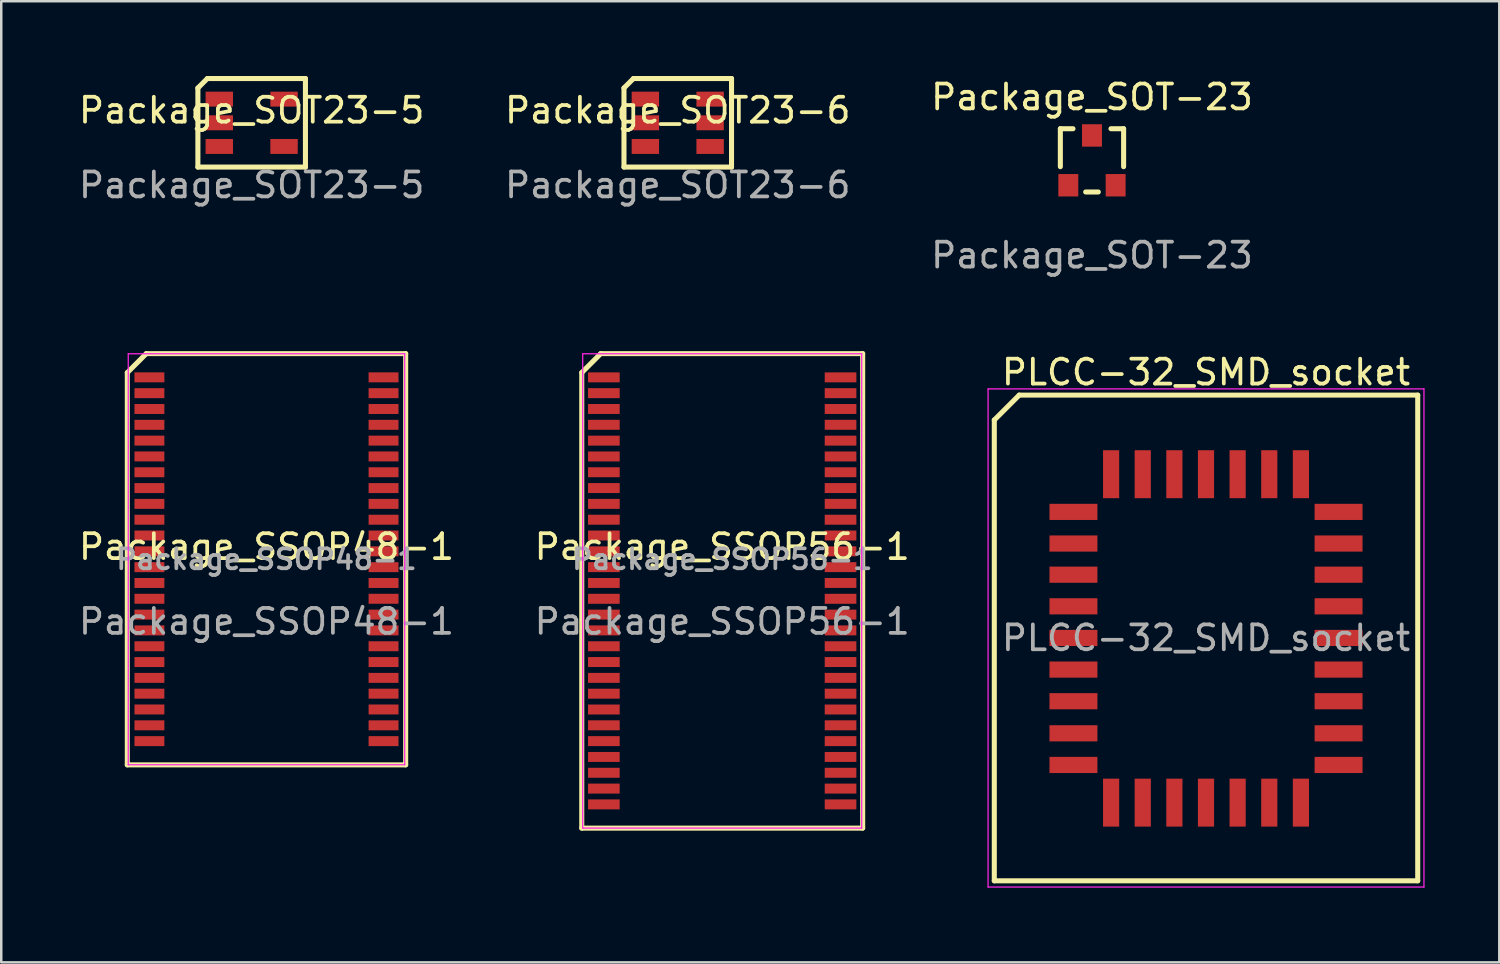
<source format=kicad_pcb>
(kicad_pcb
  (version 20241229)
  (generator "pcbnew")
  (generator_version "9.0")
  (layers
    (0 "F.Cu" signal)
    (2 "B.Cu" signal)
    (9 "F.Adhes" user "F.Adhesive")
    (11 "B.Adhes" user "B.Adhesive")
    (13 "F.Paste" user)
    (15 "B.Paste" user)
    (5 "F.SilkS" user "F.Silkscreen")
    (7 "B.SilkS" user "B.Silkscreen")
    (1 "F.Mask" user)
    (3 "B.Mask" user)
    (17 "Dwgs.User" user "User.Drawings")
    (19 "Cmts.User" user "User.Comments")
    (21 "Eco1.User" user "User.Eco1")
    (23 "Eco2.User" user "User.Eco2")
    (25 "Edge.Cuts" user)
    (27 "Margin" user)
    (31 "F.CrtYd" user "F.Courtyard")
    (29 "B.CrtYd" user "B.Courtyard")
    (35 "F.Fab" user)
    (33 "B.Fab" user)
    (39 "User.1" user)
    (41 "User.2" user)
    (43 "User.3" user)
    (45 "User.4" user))
  (footprint "Package_SOT23-5"
    (layer "F.Cu")
    (at 7.054 1.88)
    (property "Reference" "Package_SOT23-5" (at 0 -0.5 0) (unlocked yes) (layer "F.SilkS") (effects (font (size 1 1) (thickness 0.15))))
    (attr smd)
    (fp_line (start -2.159 -1.397) (end -2.159 1.778) (stroke (width 0.203) (type solid)) (layer "F.SilkS"))
    (fp_line (start -1.778 -1.778) (end -2.159 -1.397) (stroke (width 0.203) (type solid)) (layer "F.SilkS"))
    (fp_line (start -1.778 -1.778) (end 2.159 -1.778) (stroke (width 0.203) (type solid)) (layer "F.SilkS"))
    (fp_line (start 2.159 -1.778) (end 2.159 1.778) (stroke (width 0.203) (type solid)) (layer "F.SilkS"))
    (fp_line (start 2.159 1.778) (end -2.159 1.778) (stroke (width 0.203) (type solid)) (layer "F.SilkS"))
    (fp_text user "${REFERENCE}" (at 0 2.5 0) (unlocked yes) (layer "F.Fab") (effects (font (size 1 1) (thickness 0.15))))
    (pad "1" smd rect (at -1.3 -0.95) (size 1.1 0.6) (layers "F.Cu" "F.Mask" "F.Paste"))
    (pad "2" smd rect (at -1.3 0) (size 1.1 0.6) (layers "F.Cu" "F.Mask" "F.Paste"))
    (pad "3" smd rect (at -1.3 0.95) (size 1.1 0.6) (layers "F.Cu" "F.Mask" "F.Paste"))
    (pad "4" smd rect (at 1.3 0.95) (size 1.1 0.6) (layers "F.Cu" "F.Mask" "F.Paste"))
    (pad "5" smd rect (at 1.3 -0.95) (size 1.1 0.6) (layers "F.Cu" "F.Mask" "F.Paste")))
  (footprint "Package_SOT23-6"
    (layer "F.Cu")
    (at 24.161 1.88)
    (property "Reference" "Package_SOT23-6" (at 0 -0.5 0) (unlocked yes) (layer "F.SilkS") (effects (font (size 1 1) (thickness 0.15))))
    (attr smd)
    (fp_line (start -2.159 -1.397) (end -2.159 1.778) (stroke (width 0.203) (type solid)) (layer "F.SilkS"))
    (fp_line (start -1.778 -1.778) (end -2.159 -1.397) (stroke (width 0.203) (type solid)) (layer "F.SilkS"))
    (fp_line (start -1.778 -1.778) (end 2.159 -1.778) (stroke (width 0.203) (type solid)) (layer "F.SilkS"))
    (fp_line (start 2.159 -1.778) (end 2.159 1.778) (stroke (width 0.203) (type solid)) (layer "F.SilkS"))
    (fp_line (start 2.159 1.778) (end -2.159 1.778) (stroke (width 0.203) (type solid)) (layer "F.SilkS"))
    (fp_text user "${REFERENCE}" (at 0 2.5 0) (unlocked yes) (layer "F.Fab") (effects (font (size 1 1) (thickness 0.15))))
    (pad "1" smd rect (at -1.3 -0.95) (size 1.1 0.6) (layers "F.Cu" "F.Mask" "F.Paste"))
    (pad "2" smd rect (at -1.3 0) (size 1.1 0.6) (layers "F.Cu" "F.Mask" "F.Paste"))
    (pad "3" smd rect (at -1.3 0.95) (size 1.1 0.6) (layers "F.Cu" "F.Mask" "F.Paste"))
    (pad "4" smd rect (at 1.3 0.95) (size 1.1 0.6) (layers "F.Cu" "F.Mask" "F.Paste"))
    (pad "5" smd rect (at 1.3 0) (size 1.1 0.6) (layers "F.Cu" "F.Mask" "F.Paste"))
    (pad "6" smd rect (at 1.3 -0.95) (size 1.1 0.6) (layers "F.Cu" "F.Mask" "F.Paste")))
  (footprint "PLCC-32_SMD_socket"
    (layer "F.Cu")
    (at 45.37 22.563)
    (property "Reference" "PLCC-32_SMD_socket" (at 0 -10.668 0) (unlocked yes) (layer "F.SilkS") (effects (font (size 1 1) (thickness 0.15))))
    (attr smd)
    (fp_line (start -8.5 -8.75) (end -8.5 9.75) (stroke (width 0.203) (type solid)) (layer "F.SilkS"))
    (fp_line (start -8.5 9.75) (end 8.5 9.75) (stroke (width 0.203) (type solid)) (layer "F.SilkS"))
    (fp_line (start -7.5 -9.75) (end -8.5 -8.75) (stroke (width 0.203) (type solid)) (layer "F.SilkS"))
    (fp_line (start 8.5 -9.75) (end -7.5 -9.75) (stroke (width 0.203) (type solid)) (layer "F.SilkS"))
    (fp_line (start 8.5 9.75) (end 8.5 -9.75) (stroke (width 0.203) (type solid)) (layer "F.SilkS"))
    (fp_line (start -8.75 -10) (end -8.75 10) (stroke (width 0.05) (type solid)) (layer "F.CrtYd"))
    (fp_line (start -8.75 10) (end 8.75 10) (stroke (width 0.05) (type solid)) (layer "F.CrtYd"))
    (fp_line (start 8.75 -10) (end -8.75 -10) (stroke (width 0.05) (type solid)) (layer "F.CrtYd"))
    (fp_line (start 8.75 10) (end 8.75 -10) (stroke (width 0.05) (type solid)) (layer "F.CrtYd"))
    (fp_text user "${REFERENCE}" (at 0 0 0) (unlocked yes) (layer "F.Fab") (effects (font (size 1 1) (thickness 0.15))))
    (pad "1" smd rect (at 0 -6.574) (size 0.649 1.925) (layers "F.Cu" "F.Mask" "F.Paste"))
    (pad "2" smd rect (at -1.27 -6.574) (size 0.649 1.925) (layers "F.Cu" "F.Mask" "F.Paste"))
    (pad "3" smd rect (at -2.54 -6.574) (size 0.649 1.925) (layers "F.Cu" "F.Mask" "F.Paste"))
    (pad "4" smd rect (at -3.81 -6.574) (size 0.649 1.925) (layers "F.Cu" "F.Mask" "F.Paste"))
    (pad "5" smd rect (at -5.322 -5.061 90) (size 0.649 1.925) (layers "F.Cu" "F.Mask" "F.Paste"))
    (pad "6" smd rect (at -5.322 -3.791 90) (size 0.649 1.925) (layers "F.Cu" "F.Mask" "F.Paste"))
    (pad "7" smd rect (at -5.322 -2.54 90) (size 0.649 1.925) (layers "F.Cu" "F.Mask" "F.Paste"))
    (pad "8" smd rect (at -5.322 -1.27 90) (size 0.649 1.925) (layers "F.Cu" "F.Mask" "F.Paste"))
    (pad "9" smd rect (at -5.322 0 90) (size 0.649 1.925) (layers "F.Cu" "F.Mask" "F.Paste"))
    (pad "10" smd rect (at -5.322 1.27 90) (size 0.649 1.925) (layers "F.Cu" "F.Mask" "F.Paste"))
    (pad "11" smd rect (at -5.322 2.54 90) (size 0.649 1.925) (layers "F.Cu" "F.Mask" "F.Paste"))
    (pad "12" smd rect (at -5.322 3.829 90) (size 0.649 1.925) (layers "F.Cu" "F.Mask" "F.Paste"))
    (pad "13" smd rect (at -5.322 5.099 90) (size 0.649 1.925) (layers "F.Cu" "F.Mask" "F.Paste"))
    (pad "14" smd rect (at -3.81 6.612) (size 0.649 1.925) (layers "F.Cu" "F.Mask" "F.Paste"))
    (pad "15" smd rect (at -2.54 6.612) (size 0.649 1.925) (layers "F.Cu" "F.Mask" "F.Paste"))
    (pad "16" smd rect (at -1.27 6.612) (size 0.649 1.925) (layers "F.Cu" "F.Mask" "F.Paste"))
    (pad "17" smd rect (at 0 6.612) (size 0.649 1.925) (layers "F.Cu" "F.Mask" "F.Paste"))
    (pad "18" smd rect (at 1.27 6.612) (size 0.649 1.925) (layers "F.Cu" "F.Mask" "F.Paste"))
    (pad "19" smd rect (at 2.54 6.612) (size 0.649 1.925) (layers "F.Cu" "F.Mask" "F.Paste"))
    (pad "20" smd rect (at 3.81 6.612) (size 0.649 1.925) (layers "F.Cu" "F.Mask" "F.Paste"))
    (pad "21" smd rect (at 5.322 5.099 90) (size 0.649 1.925) (layers "F.Cu" "F.Mask" "F.Paste"))
    (pad "22" smd rect (at 5.322 3.829 90) (size 0.649 1.925) (layers "F.Cu" "F.Mask" "F.Paste"))
    (pad "23" smd rect (at 5.322 2.54 90) (size 0.649 1.925) (layers "F.Cu" "F.Mask" "F.Paste"))
    (pad "24" smd rect (at 5.322 1.27 90) (size 0.649 1.925) (layers "F.Cu" "F.Mask" "F.Paste"))
    (pad "25" smd rect (at 5.322 0 90) (size 0.649 1.925) (layers "F.Cu" "F.Mask" "F.Paste"))
    (pad "26" smd rect (at 5.322 -1.27 90) (size 0.649 1.925) (layers "F.Cu" "F.Mask" "F.Paste"))
    (pad "27" smd rect (at 5.322 -2.54 90) (size 0.649 1.925) (layers "F.Cu" "F.Mask" "F.Paste"))
    (pad "28" smd rect (at 5.322 -3.791 90) (size 0.649 1.925) (layers "F.Cu" "F.Mask" "F.Paste"))
    (pad "29" smd rect (at 5.322 -5.061 90) (size 0.649 1.925) (layers "F.Cu" "F.Mask" "F.Paste"))
    (pad "30" smd rect (at 3.81 -6.574) (size 0.649 1.925) (layers "F.Cu" "F.Mask" "F.Paste"))
    (pad "31" smd rect (at 2.54 -6.574) (size 0.649 1.925) (layers "F.Cu" "F.Mask" "F.Paste"))
    (pad "32" smd rect (at 1.27 -6.574) (size 0.649 1.925) (layers "F.Cu" "F.Mask" "F.Paste")))
  (footprint "Package_SSOP56-1"
    (layer "F.Cu")
    (at 25.946 20.673)
    (property "Reference" "Package_SSOP56-1" (at 0 -1.77 0) (unlocked yes) (layer "F.SilkS") (effects (font (size 1 1) (thickness 0.15))))
    (attr smd)
    (fp_line (start -5.639 -8.763) (end -4.877 -9.525) (stroke (width 0.203) (type solid)) (layer "F.SilkS"))
    (fp_line (start -5.639 9.525) (end -5.639 -8.763) (stroke (width 0.203) (type solid)) (layer "F.SilkS"))
    (fp_line (start -4.877 -9.525) (end 5.639 -9.525) (stroke (width 0.203) (type solid)) (layer "F.SilkS"))
    (fp_line (start 5.639 -9.525) (end 5.639 9.525) (stroke (width 0.203) (type solid)) (layer "F.SilkS"))
    (fp_line (start 5.639 9.525) (end -5.639 9.525) (stroke (width 0.203) (type solid)) (layer "F.SilkS"))
    (fp_line (start -5.601 -9.52) (end -5.601 9.525) (stroke (width 0.05) (type solid)) (layer "F.CrtYd"))
    (fp_line (start -5.601 -9.52) (end 5.601 -9.52) (stroke (width 0.05) (type solid)) (layer "F.CrtYd"))
    (fp_line (start -5.601 9.525) (end 5.601 9.525) (stroke (width 0.05) (type solid)) (layer "F.CrtYd"))
    (fp_line (start 5.601 -9.52) (end 5.601 9.525) (stroke (width 0.05) (type solid)) (layer "F.CrtYd"))
    (fp_text user "${REFERENCE}" (at 0 1.23 0) (unlocked yes) (layer "F.Fab") (effects (font (size 1 1) (thickness 0.15))))
    (fp_text user "${REFERENCE}" (at 0 -1.27 0) (layer "F.Fab") (effects (font (size 0.8 0.8) (thickness 0.15))))
    (pad "1" smd rect (at -4.751 -8.572) (size 1.27 0.4) (layers "F.Cu" "F.Mask" "F.Paste"))
    (pad "2" smd rect (at -4.751 -7.938) (size 1.27 0.4) (layers "F.Cu" "F.Mask" "F.Paste"))
    (pad "3" smd rect (at -4.751 -7.303) (size 1.27 0.4) (layers "F.Cu" "F.Mask" "F.Paste"))
    (pad "4" smd rect (at -4.751 -6.668) (size 1.27 0.4) (layers "F.Cu" "F.Mask" "F.Paste"))
    (pad "5" smd rect (at -4.751 -6.032) (size 1.27 0.4) (layers "F.Cu" "F.Mask" "F.Paste"))
    (pad "6" smd rect (at -4.751 -5.397) (size 1.27 0.4) (layers "F.Cu" "F.Mask" "F.Paste"))
    (pad "7" smd rect (at -4.751 -4.763) (size 1.27 0.4) (layers "F.Cu" "F.Mask" "F.Paste"))
    (pad "8" smd rect (at -4.751 -4.128) (size 1.27 0.4) (layers "F.Cu" "F.Mask" "F.Paste"))
    (pad "9" smd rect (at -4.751 -3.493) (size 1.27 0.4) (layers "F.Cu" "F.Mask" "F.Paste"))
    (pad "10" smd rect (at -4.751 -2.857) (size 1.27 0.4) (layers "F.Cu" "F.Mask" "F.Paste"))
    (pad "11" smd rect (at -4.751 -2.223) (size 1.27 0.4) (layers "F.Cu" "F.Mask" "F.Paste"))
    (pad "12" smd rect (at -4.751 -1.587) (size 1.27 0.4) (layers "F.Cu" "F.Mask" "F.Paste"))
    (pad "13" smd rect (at -4.751 -0.953) (size 1.27 0.4) (layers "F.Cu" "F.Mask" "F.Paste"))
    (pad "14" smd rect (at -4.751 -0.318) (size 1.27 0.4) (layers "F.Cu" "F.Mask" "F.Paste"))
    (pad "15" smd rect (at -4.751 0.318) (size 1.27 0.4) (layers "F.Cu" "F.Mask" "F.Paste"))
    (pad "16" smd rect (at -4.751 0.953) (size 1.27 0.4) (layers "F.Cu" "F.Mask" "F.Paste"))
    (pad "17" smd rect (at -4.751 1.587) (size 1.27 0.4) (layers "F.Cu" "F.Mask" "F.Paste"))
    (pad "18" smd rect (at -4.751 2.223) (size 1.27 0.4) (layers "F.Cu" "F.Mask" "F.Paste"))
    (pad "19" smd rect (at -4.751 2.857) (size 1.27 0.4) (layers "F.Cu" "F.Mask" "F.Paste"))
    (pad "20" smd rect (at -4.751 3.493) (size 1.27 0.4) (layers "F.Cu" "F.Mask" "F.Paste"))
    (pad "21" smd rect (at -4.751 4.128) (size 1.27 0.4) (layers "F.Cu" "F.Mask" "F.Paste"))
    (pad "22" smd rect (at -4.751 4.763) (size 1.27 0.4) (layers "F.Cu" "F.Mask" "F.Paste"))
    (pad "23" smd rect (at -4.751 5.397) (size 1.27 0.4) (layers "F.Cu" "F.Mask" "F.Paste"))
    (pad "24" smd rect (at -4.751 6.032) (size 1.27 0.4) (layers "F.Cu" "F.Mask" "F.Paste"))
    (pad "25" smd rect (at -4.751 6.668) (size 1.27 0.4) (layers "F.Cu" "F.Mask" "F.Paste"))
    (pad "26" smd rect (at -4.751 7.303) (size 1.27 0.4) (layers "F.Cu" "F.Mask" "F.Paste"))
    (pad "27" smd rect (at -4.751 7.938) (size 1.27 0.4) (layers "F.Cu" "F.Mask" "F.Paste"))
    (pad "28" smd rect (at -4.751 8.572) (size 1.27 0.4) (layers "F.Cu" "F.Mask" "F.Paste"))
    (pad "29" smd rect (at 4.751 8.572) (size 1.27 0.4) (layers "F.Cu" "F.Mask" "F.Paste"))
    (pad "30" smd rect (at 4.751 7.938) (size 1.27 0.4) (layers "F.Cu" "F.Mask" "F.Paste"))
    (pad "31" smd rect (at 4.751 7.303) (size 1.27 0.4) (layers "F.Cu" "F.Mask" "F.Paste"))
    (pad "32" smd rect (at 4.751 6.668) (size 1.27 0.4) (layers "F.Cu" "F.Mask" "F.Paste"))
    (pad "33" smd rect (at 4.751 6.032) (size 1.27 0.4) (layers "F.Cu" "F.Mask" "F.Paste"))
    (pad "34" smd rect (at 4.751 5.397) (size 1.27 0.4) (layers "F.Cu" "F.Mask" "F.Paste"))
    (pad "35" smd rect (at 4.751 4.763) (size 1.27 0.4) (layers "F.Cu" "F.Mask" "F.Paste"))
    (pad "36" smd rect (at 4.751 4.128) (size 1.27 0.4) (layers "F.Cu" "F.Mask" "F.Paste"))
    (pad "37" smd rect (at 4.751 3.493) (size 1.27 0.4) (layers "F.Cu" "F.Mask" "F.Paste"))
    (pad "38" smd rect (at 4.751 2.857) (size 1.27 0.4) (layers "F.Cu" "F.Mask" "F.Paste"))
    (pad "39" smd rect (at 4.751 2.223) (size 1.27 0.4) (layers "F.Cu" "F.Mask" "F.Paste"))
    (pad "40" smd rect (at 4.751 1.587) (size 1.27 0.4) (layers "F.Cu" "F.Mask" "F.Paste"))
    (pad "41" smd rect (at 4.751 0.953) (size 1.27 0.4) (layers "F.Cu" "F.Mask" "F.Paste"))
    (pad "42" smd rect (at 4.751 0.318) (size 1.27 0.4) (layers "F.Cu" "F.Mask" "F.Paste"))
    (pad "43" smd rect (at 4.751 -0.318) (size 1.27 0.4) (layers "F.Cu" "F.Mask" "F.Paste"))
    (pad "44" smd rect (at 4.751 -0.953) (size 1.27 0.4) (layers "F.Cu" "F.Mask" "F.Paste"))
    (pad "45" smd rect (at 4.751 -1.587) (size 1.27 0.4) (layers "F.Cu" "F.Mask" "F.Paste"))
    (pad "46" smd rect (at 4.751 -2.223) (size 1.27 0.4) (layers "F.Cu" "F.Mask" "F.Paste"))
    (pad "47" smd rect (at 4.751 -2.857) (size 1.27 0.4) (layers "F.Cu" "F.Mask" "F.Paste"))
    (pad "48" smd rect (at 4.751 -3.493) (size 1.27 0.4) (layers "F.Cu" "F.Mask" "F.Paste"))
    (pad "49" smd rect (at 4.751 -4.128) (size 1.27 0.4) (layers "F.Cu" "F.Mask" "F.Paste"))
    (pad "50" smd rect (at 4.751 -4.763) (size 1.27 0.4) (layers "F.Cu" "F.Mask" "F.Paste"))
    (pad "51" smd rect (at 4.751 -5.397) (size 1.27 0.4) (layers "F.Cu" "F.Mask" "F.Paste"))
    (pad "52" smd rect (at 4.751 -6.032) (size 1.27 0.4) (layers "F.Cu" "F.Mask" "F.Paste"))
    (pad "53" smd rect (at 4.751 -6.668) (size 1.27 0.4) (layers "F.Cu" "F.Mask" "F.Paste"))
    (pad "54" smd rect (at 4.751 -7.303) (size 1.27 0.4) (layers "F.Cu" "F.Mask" "F.Paste"))
    (pad "55" smd rect (at 4.751 -7.938) (size 1.27 0.4) (layers "F.Cu" "F.Mask" "F.Paste"))
    (pad "56" smd rect (at 4.751 -8.572) (size 1.27 0.4) (layers "F.Cu" "F.Mask" "F.Paste")))
  (footprint "Package_SSOP48-1"
    (layer "F.Cu")
    (at 7.649 19.403)
    (property "Reference" "Package_SSOP48-1" (at 0 -0.5 0) (unlocked yes) (layer "F.SilkS") (effects (font (size 1 1) (thickness 0.15))))
    (attr smd)
    (fp_line (start -5.588 -7.493) (end -4.826 -8.255) (stroke (width 0.203) (type solid)) (layer "F.SilkS"))
    (fp_line (start -5.588 8.255) (end -5.588 -7.493) (stroke (width 0.203) (type solid)) (layer "F.SilkS"))
    (fp_line (start -4.826 -8.255) (end 5.588 -8.255) (stroke (width 0.203) (type solid)) (layer "F.SilkS"))
    (fp_line (start 5.588 -8.255) (end 5.588 8.255) (stroke (width 0.203) (type solid)) (layer "F.SilkS"))
    (fp_line (start 5.588 8.255) (end -5.588 8.255) (stroke (width 0.203) (type solid)) (layer "F.SilkS"))
    (fp_line (start -5.55 -8.25) (end -5.55 8.25) (stroke (width 0.05) (type solid)) (layer "F.CrtYd"))
    (fp_line (start -5.55 -8.25) (end 5.55 -8.25) (stroke (width 0.05) (type solid)) (layer "F.CrtYd"))
    (fp_line (start -5.55 8.25) (end 5.55 8.25) (stroke (width 0.05) (type solid)) (layer "F.CrtYd"))
    (fp_line (start 5.55 -8.25) (end 5.55 8.25) (stroke (width 0.05) (type solid)) (layer "F.CrtYd"))
    (fp_text user "${REFERENCE}" (at 0 2.5 0) (unlocked yes) (layer "F.Fab") (effects (font (size 1 1) (thickness 0.15))))
    (fp_text user "${REFERENCE}" (at 0 0 0) (layer "F.Fab") (effects (font (size 0.8 0.8) (thickness 0.15))))
    (pad "1" smd rect (at -4.7 -7.303) (size 1.2 0.4) (layers "F.Cu" "F.Mask" "F.Paste"))
    (pad "2" smd rect (at -4.7 -6.668) (size 1.2 0.4) (layers "F.Cu" "F.Mask" "F.Paste"))
    (pad "3" smd rect (at -4.7 -6.032) (size 1.2 0.4) (layers "F.Cu" "F.Mask" "F.Paste"))
    (pad "4" smd rect (at -4.7 -5.397) (size 1.2 0.4) (layers "F.Cu" "F.Mask" "F.Paste"))
    (pad "5" smd rect (at -4.7 -4.763) (size 1.2 0.4) (layers "F.Cu" "F.Mask" "F.Paste"))
    (pad "6" smd rect (at -4.7 -4.128) (size 1.2 0.4) (layers "F.Cu" "F.Mask" "F.Paste"))
    (pad "7" smd rect (at -4.7 -3.493) (size 1.2 0.4) (layers "F.Cu" "F.Mask" "F.Paste"))
    (pad "8" smd rect (at -4.7 -2.857) (size 1.2 0.4) (layers "F.Cu" "F.Mask" "F.Paste"))
    (pad "9" smd rect (at -4.7 -2.223) (size 1.2 0.4) (layers "F.Cu" "F.Mask" "F.Paste"))
    (pad "10" smd rect (at -4.7 -1.587) (size 1.2 0.4) (layers "F.Cu" "F.Mask" "F.Paste"))
    (pad "11" smd rect (at -4.7 -0.953) (size 1.2 0.4) (layers "F.Cu" "F.Mask" "F.Paste"))
    (pad "12" smd rect (at -4.7 -0.318) (size 1.2 0.4) (layers "F.Cu" "F.Mask" "F.Paste"))
    (pad "13" smd rect (at -4.7 0.318) (size 1.2 0.4) (layers "F.Cu" "F.Mask" "F.Paste"))
    (pad "14" smd rect (at -4.7 0.953) (size 1.2 0.4) (layers "F.Cu" "F.Mask" "F.Paste"))
    (pad "15" smd rect (at -4.7 1.587) (size 1.2 0.4) (layers "F.Cu" "F.Mask" "F.Paste"))
    (pad "16" smd rect (at -4.7 2.223) (size 1.2 0.4) (layers "F.Cu" "F.Mask" "F.Paste"))
    (pad "17" smd rect (at -4.7 2.857) (size 1.2 0.4) (layers "F.Cu" "F.Mask" "F.Paste"))
    (pad "18" smd rect (at -4.7 3.493) (size 1.2 0.4) (layers "F.Cu" "F.Mask" "F.Paste"))
    (pad "19" smd rect (at -4.7 4.128) (size 1.2 0.4) (layers "F.Cu" "F.Mask" "F.Paste"))
    (pad "20" smd rect (at -4.7 4.763) (size 1.2 0.4) (layers "F.Cu" "F.Mask" "F.Paste"))
    (pad "21" smd rect (at -4.7 5.397) (size 1.2 0.4) (layers "F.Cu" "F.Mask" "F.Paste"))
    (pad "22" smd rect (at -4.7 6.032) (size 1.2 0.4) (layers "F.Cu" "F.Mask" "F.Paste"))
    (pad "23" smd rect (at -4.7 6.668) (size 1.2 0.4) (layers "F.Cu" "F.Mask" "F.Paste"))
    (pad "24" smd rect (at -4.7 7.303) (size 1.2 0.4) (layers "F.Cu" "F.Mask" "F.Paste"))
    (pad "25" smd rect (at 4.7 7.303) (size 1.2 0.4) (layers "F.Cu" "F.Mask" "F.Paste"))
    (pad "26" smd rect (at 4.7 6.668) (size 1.2 0.4) (layers "F.Cu" "F.Mask" "F.Paste"))
    (pad "27" smd rect (at 4.7 6.032) (size 1.2 0.4) (layers "F.Cu" "F.Mask" "F.Paste"))
    (pad "28" smd rect (at 4.7 5.397) (size 1.2 0.4) (layers "F.Cu" "F.Mask" "F.Paste"))
    (pad "29" smd rect (at 4.7 4.763) (size 1.2 0.4) (layers "F.Cu" "F.Mask" "F.Paste"))
    (pad "30" smd rect (at 4.7 4.128) (size 1.2 0.4) (layers "F.Cu" "F.Mask" "F.Paste"))
    (pad "31" smd rect (at 4.7 3.493) (size 1.2 0.4) (layers "F.Cu" "F.Mask" "F.Paste"))
    (pad "32" smd rect (at 4.7 2.857) (size 1.2 0.4) (layers "F.Cu" "F.Mask" "F.Paste"))
    (pad "33" smd rect (at 4.7 2.223) (size 1.2 0.4) (layers "F.Cu" "F.Mask" "F.Paste"))
    (pad "34" smd rect (at 4.7 1.587) (size 1.2 0.4) (layers "F.Cu" "F.Mask" "F.Paste"))
    (pad "35" smd rect (at 4.7 0.953) (size 1.2 0.4) (layers "F.Cu" "F.Mask" "F.Paste"))
    (pad "36" smd rect (at 4.7 0.318) (size 1.2 0.4) (layers "F.Cu" "F.Mask" "F.Paste"))
    (pad "37" smd rect (at 4.7 -0.318) (size 1.2 0.4) (layers "F.Cu" "F.Mask" "F.Paste"))
    (pad "38" smd rect (at 4.7 -0.953) (size 1.2 0.4) (layers "F.Cu" "F.Mask" "F.Paste"))
    (pad "39" smd rect (at 4.7 -1.587) (size 1.2 0.4) (layers "F.Cu" "F.Mask" "F.Paste"))
    (pad "40" smd rect (at 4.7 -2.223) (size 1.2 0.4) (layers "F.Cu" "F.Mask" "F.Paste"))
    (pad "41" smd rect (at 4.7 -2.857) (size 1.2 0.4) (layers "F.Cu" "F.Mask" "F.Paste"))
    (pad "42" smd rect (at 4.7 -3.493) (size 1.2 0.4) (layers "F.Cu" "F.Mask" "F.Paste"))
    (pad "43" smd rect (at 4.7 -4.128) (size 1.2 0.4) (layers "F.Cu" "F.Mask" "F.Paste"))
    (pad "44" smd rect (at 4.7 -4.763) (size 1.2 0.4) (layers "F.Cu" "F.Mask" "F.Paste"))
    (pad "45" smd rect (at 4.7 -5.397) (size 1.2 0.4) (layers "F.Cu" "F.Mask" "F.Paste"))
    (pad "46" smd rect (at 4.7 -6.032) (size 1.2 0.4) (layers "F.Cu" "F.Mask" "F.Paste"))
    (pad "47" smd rect (at 4.7 -6.668) (size 1.2 0.4) (layers "F.Cu" "F.Mask" "F.Paste"))
    (pad "48" smd rect (at 4.7 -7.303) (size 1.2 0.4) (layers "F.Cu" "F.Mask" "F.Paste")))
  (footprint "Package_SOT-23"
    (layer "F.Cu")
    (at 40.792 3.388)
    (property "Reference" "Package_SOT-23" (at 0 -2.54 0) (unlocked yes) (layer "F.SilkS") (effects (font (size 1 1) (thickness 0.15))))
    (attr smd)
    (fp_line (start -1.27 -1.27) (end -1.27 0.254) (stroke (width 0.203) (type solid)) (layer "F.SilkS"))
    (fp_line (start -0.762 -1.27) (end -1.27 -1.27) (stroke (width 0.203) (type solid)) (layer "F.SilkS"))
    (fp_line (start -0.254 1.27) (end 0.254 1.27) (stroke (width 0.203) (type solid)) (layer "F.SilkS"))
    (fp_line (start 0.762 -1.27) (end 1.27 -1.27) (stroke (width 0.203) (type solid)) (layer "F.SilkS"))
    (fp_line (start 1.27 -1.27) (end 1.27 0.254) (stroke (width 0.203) (type solid)) (layer "F.SilkS"))
    (fp_text user "${REFERENCE}" (at 0 3.81 0) (unlocked yes) (layer "F.Fab") (effects (font (size 1 1) (thickness 0.15))))
    (pad "1" smd rect (at -0.95 1) (size 0.8 0.9) (layers "F.Cu" "F.Mask" "F.Paste"))
    (pad "2" smd rect (at 0.95 1) (size 0.8 0.9) (layers "F.Cu" "F.Mask" "F.Paste"))
    (pad "3" smd rect (at 0 -1) (size 0.8 0.9) (layers "F.Cu" "F.Mask" "F.Paste")))
  (gr_rect
    (start -3 -3)
    (end 57.145 35.588)
    (stroke (width 0.1) (type default))
    (fill no)
    (layer "Edge.Cuts")))
</source>
